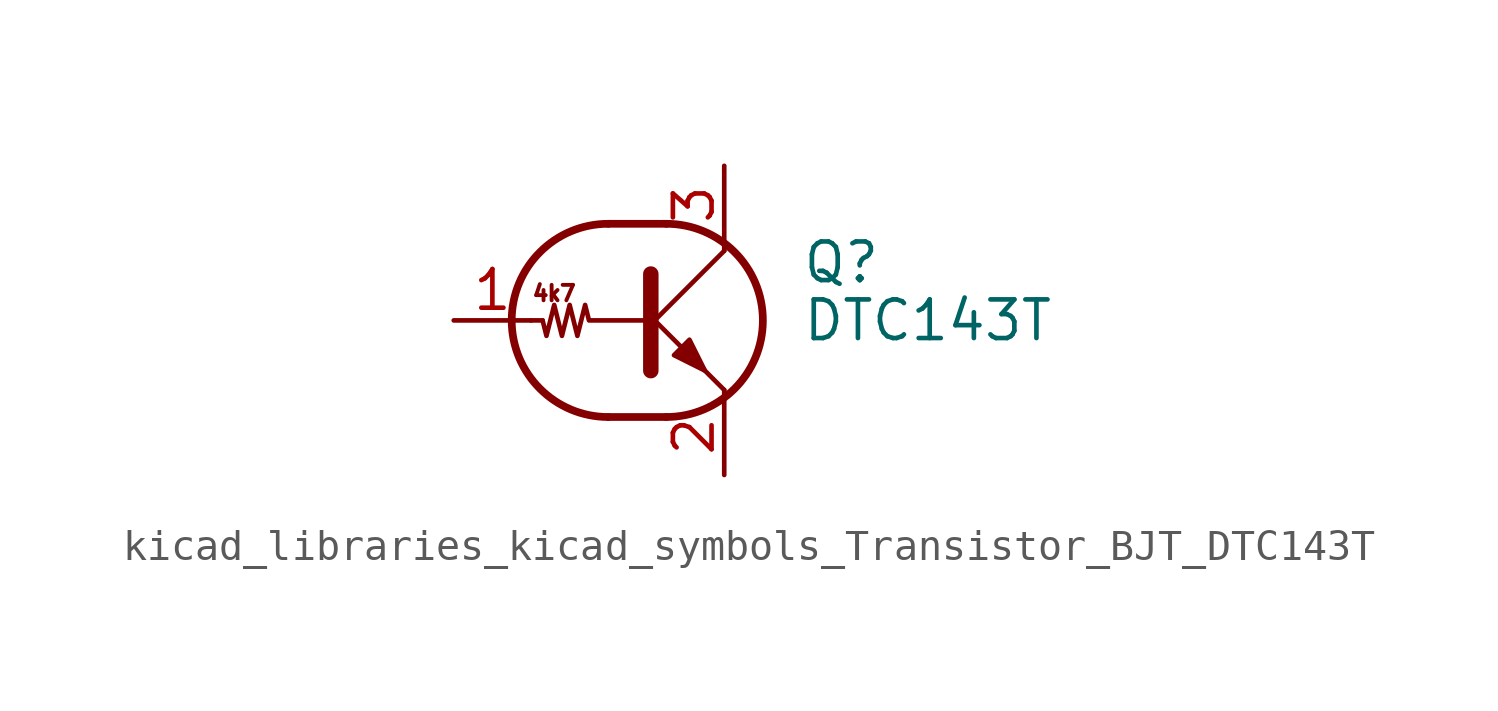
<source format=kicad_sym>
(kicad_symbol_lib
  (version 20220914)
  (generator kicad_symbol_editor)
  (symbol "kicad_libraries_kicad_symbols_Transistor_BJT_DTC143T"
    (pin_names
      (offset 0) hide)
    (property "Reference" "Q"
      (at 5.08 1.905 0)
      (effects (font (size 1.27 1.27)) (justify left)))
    (property "Value" "DTC143T"
      (at 5.08 0 0)
      (effects (font (size 1.27 1.27)) (justify left)))
    (symbol "kicad_libraries_kicad_symbols_Transistor_BJT_DTC143T_0_0"
      (polyline (pts (xy 2.54 -2.286) (xy 2.54 -2.54)) (stroke (width 0) (type default)) (fill (type none)))
      (text "4k7" (at -3.048 0.889 0) (effects (font (size 0.508 0.508)))))
    (symbol "kicad_libraries_kicad_symbols_Transistor_BJT_DTC143T_0_1"
      (arc (start -1.27 3.175) (mid -4.4312 0) (end -1.27 -3.175) (stroke (width 0.254) (type default)) (fill (type none)))
      (polyline (pts (xy -3.429 0) (xy -3.81 0)) (stroke (width 0) (type default)) (fill (type none)))
      (polyline (pts (xy -1.27 -3.175) (xy 0.635 -3.175)) (stroke (width 0.254) (type default)) (fill (type none)))
      (polyline (pts (xy -1.27 3.175) (xy 0.635 3.175)) (stroke (width 0.254) (type default)) (fill (type none)))
      (polyline (pts (xy 0 -0.254) (xy 2.54 2.286)) (stroke (width 0) (type default)) (fill (type none)))
      (polyline (pts (xy 0.127 1.524) (xy 0.127 -1.651)) (stroke (width 0.508) (type default)) (fill (type outline)))
      (polyline (pts (xy 2.54 2.286) (xy 2.54 2.54)) (stroke (width 0) (type default)) (fill (type none)))
      (polyline (pts (xy 2.54 -2.286) (xy 0 0.254) (xy 0 0.254)) (stroke (width 0) (type default)) (fill (type none)))
      (polyline (pts (xy 0.889 -1.143) (xy 1.397 -0.635) (xy 1.905 -1.651) (xy 0.889 -1.143)) (stroke (width 0) (type default)) (fill (type outline)))
      (polyline (pts (xy 0 0) (xy -1.905 0) (xy -2.032 0.508) (xy -2.286 -0.508) (xy -2.54 0.508) (xy -2.794 -0.508) (xy -3.048 0.508) (xy -3.302 -0.508) (xy -3.429 0)) (stroke (width 0) (type default)) (fill (type none)))
      (arc (start 0.635 -3.175) (mid 3.7962 0) (end 0.635 3.175) (stroke (width 0.254) (type default)) (fill (type none))))
    (symbol "kicad_libraries_kicad_symbols_Transistor_BJT_DTC143T_1_1"
      (pin input line (at -6.35 0 0) (length 2.54) (name "B" (effects (font (size 1.27 1.27)))) (number "1" (effects (font (size 1.27 1.27)))))
      (pin passive line (at 2.54 -5.08 90) (length 2.54) (name "E" (effects (font (size 1.27 1.27)))) (number "2" (effects (font (size 1.27 1.27)))))
      (pin passive line (at 2.54 5.08 270) (length 2.54) (name "C" (effects (font (size 1.27 1.27)))) (number "3" (effects (font (size 1.27 1.27))))))))
</source>
